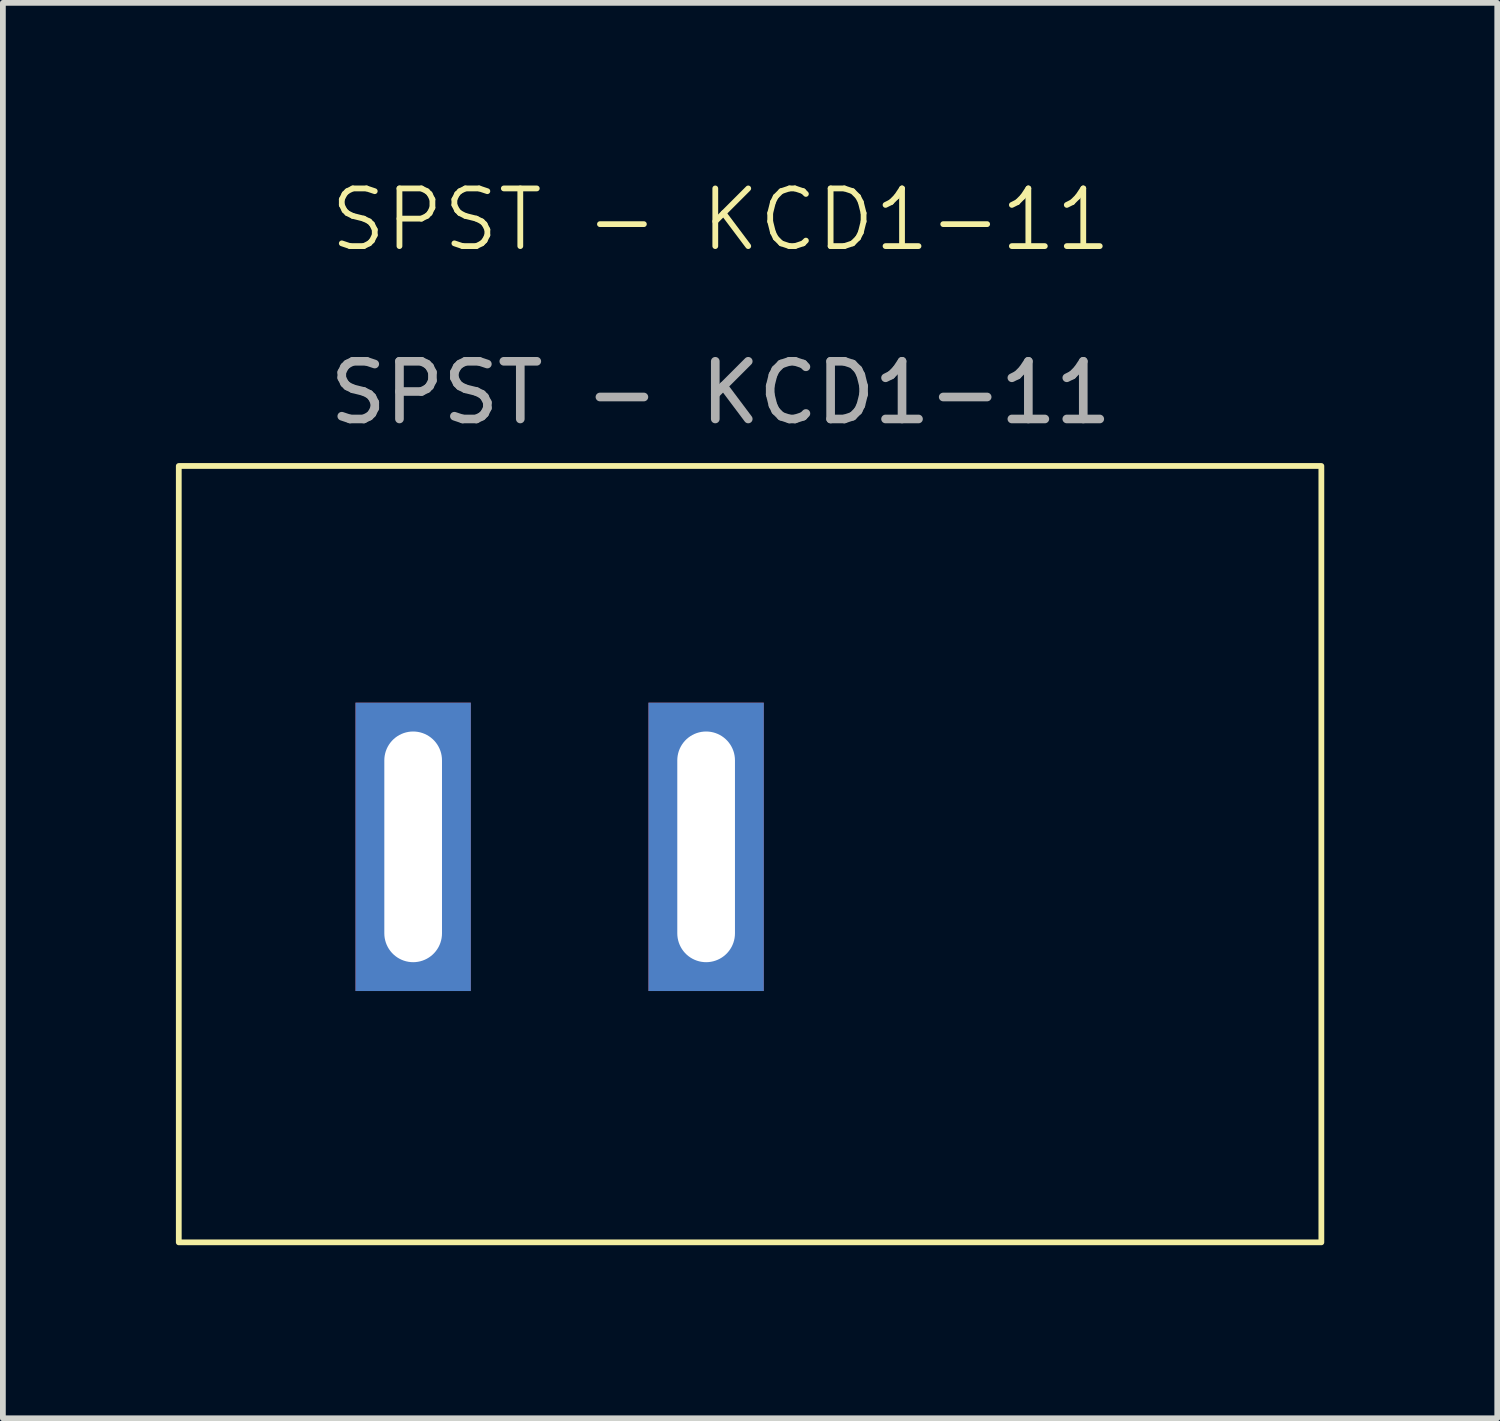
<source format=kicad_pcb>
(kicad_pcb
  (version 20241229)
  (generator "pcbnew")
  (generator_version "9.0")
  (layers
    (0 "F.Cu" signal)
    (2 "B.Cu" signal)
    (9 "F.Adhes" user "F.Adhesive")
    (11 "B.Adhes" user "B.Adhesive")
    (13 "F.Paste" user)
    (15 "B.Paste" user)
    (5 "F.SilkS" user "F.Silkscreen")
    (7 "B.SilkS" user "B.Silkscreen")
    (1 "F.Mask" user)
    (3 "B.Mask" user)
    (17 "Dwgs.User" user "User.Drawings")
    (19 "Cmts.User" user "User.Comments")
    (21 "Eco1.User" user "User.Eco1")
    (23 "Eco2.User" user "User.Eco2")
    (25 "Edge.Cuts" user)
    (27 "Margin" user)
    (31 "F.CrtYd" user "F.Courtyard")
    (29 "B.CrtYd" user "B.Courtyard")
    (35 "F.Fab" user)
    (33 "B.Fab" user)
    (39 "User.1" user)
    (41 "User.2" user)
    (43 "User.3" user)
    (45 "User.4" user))
  (footprint "SPST - KCD1-11"
    (layer "F.Cu")
    (at 9.702 10.364)
    (property "Reference" "SPST - KCD1-11" (at -0.254 -9.604 0) (unlocked yes) (layer "F.SilkS") (effects (font (size 1 1) (thickness 0.1))))
    (attr through_hole)
    (fp_rect (start -9.652 -5.334) (end 10.16 8.128) (stroke (width 0.1) (type default)) (fill no) (layer "F.SilkS"))
    (fp_text user "${REFERENCE}" (at -0.254 -6.604 0) (unlocked yes) (layer "F.Fab") (effects (font (size 1 1) (thickness 0.15))))
    (pad "1" thru_hole rect (at -5.588 1.27 90) (size 5 2) (drill oval 4 1) (layers "*.Cu" "*.Mask"))
    (pad "2" thru_hole rect (at -0.508 1.27 90) (size 5 2) (drill oval 4 1) (layers "*.Cu" "*.Mask")))
  (gr_rect
    (start -3 -3)
    (end 22.912 21.543)
    (stroke (width 0.1) (type default))
    (fill no)
    (layer "Edge.Cuts")))
</source>
